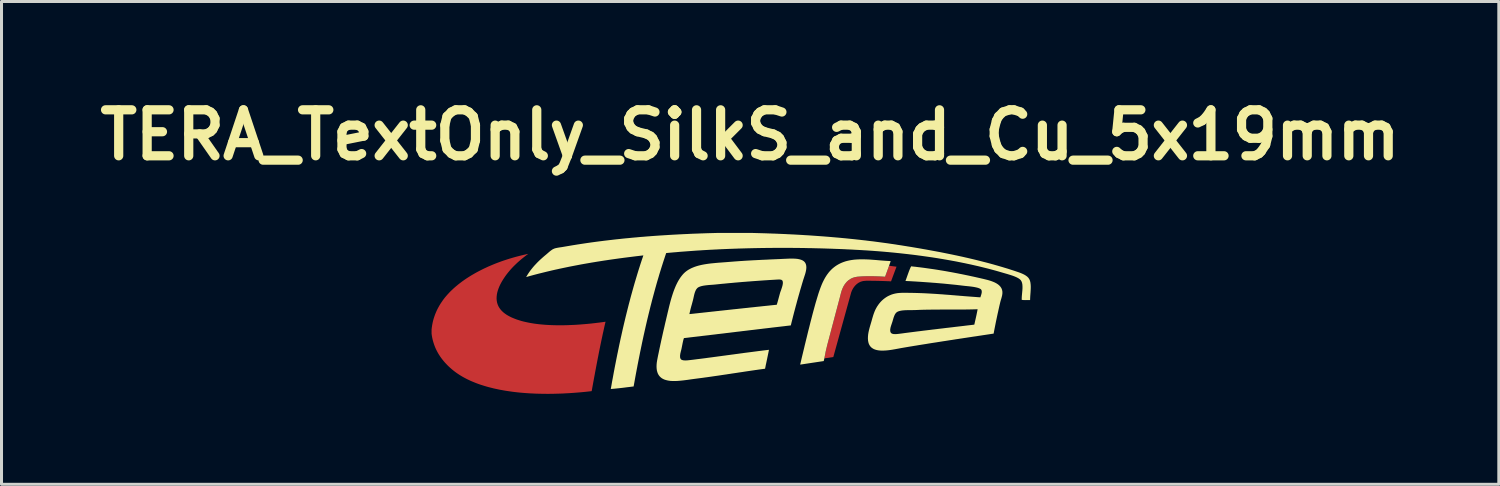
<source format=kicad_pcb>
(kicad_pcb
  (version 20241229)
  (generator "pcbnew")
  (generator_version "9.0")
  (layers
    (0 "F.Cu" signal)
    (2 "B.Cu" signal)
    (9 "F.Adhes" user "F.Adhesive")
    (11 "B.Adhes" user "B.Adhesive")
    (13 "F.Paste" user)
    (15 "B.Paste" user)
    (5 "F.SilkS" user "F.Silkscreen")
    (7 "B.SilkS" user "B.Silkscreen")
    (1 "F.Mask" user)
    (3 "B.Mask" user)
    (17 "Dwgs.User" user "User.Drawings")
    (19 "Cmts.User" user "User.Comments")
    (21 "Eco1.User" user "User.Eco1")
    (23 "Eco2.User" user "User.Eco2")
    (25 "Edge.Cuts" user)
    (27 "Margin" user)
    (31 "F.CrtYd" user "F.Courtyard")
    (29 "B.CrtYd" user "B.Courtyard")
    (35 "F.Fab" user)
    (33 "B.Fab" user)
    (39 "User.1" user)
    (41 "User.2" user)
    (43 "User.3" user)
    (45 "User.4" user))
  (footprint "TERA_TextOnly_SilkS_and_Cu_5x19mm"
    (layer "F.Cu")
    (at 21.822 7.298)
    (property "Reference" "TERA_TextOnly_SilkS_and_Cu_5x19mm" (at 0 -5.872 0) (layer "F.SilkS") (effects (font (size 1.524 1.524) (thickness 0.305))))
    (attr smd)
    (fp_poly (pts (xy 2.506 1.296) (xy 2.556 1.088) (xy 2.981 -0.518) (xy 2.986 -0.541) (xy 3.001 -0.598) (xy 3.022 -0.676) (xy 3.03 -0.7) (xy 3.041 -0.733) (xy 3.056 -0.772) (xy 3.076 -0.817) (xy 3.1 -0.865) (xy 3.131 -0.915) (xy 3.168 -0.964) (xy 3.211 -1.013) (xy 3.262 -1.058) (xy 3.321 -1.098) (xy 3.388 -1.132) (xy 3.463 -1.157) (xy 3.549 -1.173) (xy 3.634 -1.18) (xy 3.722 -1.186) (xy 3.812 -1.189) (xy 3.902 -1.191) (xy 3.991 -1.191) (xy 4.076 -1.19) (xy 4.157 -1.188) (xy 4.232 -1.186) (xy 4.299 -1.183) (xy 4.358 -1.18) (xy 4.406 -1.177) (xy 4.442 -1.175) (xy 4.465 -1.173) (xy 4.473 -1.172) (xy 4.606 -1.537) (xy 4.852 -1.505) (xy 4.671 -1.02) (xy 4.662 -1.02) (xy 4.635 -1.022) (xy 4.593 -1.024) (xy 4.537 -1.026) (xy 4.47 -1.029) (xy 4.393 -1.031) (xy 4.308 -1.034) (xy 4.217 -1.036) (xy 4.122 -1.038) (xy 4.025 -1.039) (xy 3.928 -1.04) (xy 3.832 -1.039) (xy 3.743 -1.03) (xy 3.665 -1.008) (xy 3.598 -0.975) (xy 3.539 -0.934) (xy 3.49 -0.888) (xy 3.448 -0.839) (xy 3.415 -0.791) (xy 3.389 -0.745) (xy 3.37 -0.704) (xy 3.357 -0.672) (xy 3.349 -0.651) (xy 3.347 -0.643) (xy 2.757 1.489) (xy 2.46 1.534) (xy 2.506 1.296) (xy 2.506 1.296)) (stroke (width 0) (type solid)) (fill yes) (layer "F.Cu"))
    (fp_poly (pts (xy -4.795 0.319) (xy -4.811 0.385) (xy -4.826 0.451) (xy -4.841 0.517) (xy -4.855 0.583) (xy -4.87 0.65) (xy -4.885 0.716) (xy -4.899 0.783) (xy -4.913 0.85) (xy -4.928 0.917) (xy -4.942 0.984) (xy -4.956 1.052) (xy -4.97 1.119) (xy -4.983 1.186) (xy -4.997 1.254) (xy -5.011 1.321) (xy -5.024 1.389) (xy -5.037 1.457) (xy -5.051 1.525) (xy -5.064 1.593) (xy -5.077 1.661) (xy -5.09 1.729) (xy -5.103 1.797) (xy -5.116 1.866) (xy -5.129 1.934) (xy -5.142 2.002) (xy -5.154 2.071) (xy -5.167 2.139) (xy -5.18 2.208) (xy -5.192 2.277) (xy -5.205 2.345) (xy -5.217 2.414) (xy -5.23 2.483) (xy -5.242 2.552) (xy -5.255 2.62) (xy -5.328 2.629) (xy -5.402 2.637) (xy -5.476 2.645) (xy -5.55 2.652) (xy -5.625 2.659) (xy -5.699 2.665) (xy -5.774 2.671) (xy -5.849 2.677) (xy -5.923 2.682) (xy -5.998 2.687) (xy -6.073 2.691) (xy -6.148 2.695) (xy -6.223 2.699) (xy -6.298 2.702) (xy -6.373 2.704) (xy -6.447 2.706) (xy -6.522 2.708) (xy -6.597 2.709) (xy -6.671 2.71) (xy -6.746 2.71) (xy -6.82 2.709) (xy -6.894 2.708) (xy -6.968 2.707) (xy -7.041 2.705) (xy -7.115 2.703) (xy -7.188 2.699) (xy -7.26 2.696) (xy -7.333 2.692) (xy -7.405 2.687) (xy -7.477 2.682) (xy -7.549 2.676) (xy -7.62 2.67) (xy -7.691 2.663) (xy -7.761 2.655) (xy -7.831 2.647) (xy -7.9 2.638) (xy -7.969 2.628) (xy -8.038 2.618) (xy -8.106 2.608) (xy -8.173 2.596) (xy -8.24 2.584) (xy -8.307 2.572) (xy -8.372 2.558) (xy -8.438 2.544) (xy -8.502 2.53) (xy -8.566 2.514) (xy -8.629 2.498) (xy -8.692 2.482) (xy -8.754 2.464) (xy -8.815 2.446) (xy -8.875 2.427) (xy -8.935 2.408) (xy -8.994 2.388) (xy -9.052 2.367) (xy -9.109 2.345) (xy -9.165 2.322) (xy -9.221 2.299) (xy -9.276 2.275) (xy -9.329 2.25) (xy -9.382 2.225) (xy -9.434 2.198) (xy -9.485 2.171) (xy -9.535 2.143) (xy -9.584 2.114) (xy -9.632 2.085) (xy -9.679 2.054) (xy -9.725 2.023) (xy -9.769 1.991) (xy -9.813 1.958) (xy -9.856 1.924) (xy -9.897 1.89) (xy -9.944 1.849) (xy -9.99 1.807) (xy -10.035 1.763) (xy -10.078 1.718) (xy -10.121 1.672) (xy -10.162 1.624) (xy -10.202 1.575) (xy -10.241 1.524) (xy -10.278 1.472) (xy -10.313 1.418) (xy -10.347 1.363) (xy -10.378 1.306) (xy -10.408 1.247) (xy -10.436 1.187) (xy -10.461 1.125) (xy -10.484 1.061) (xy -10.505 0.995) (xy -10.524 0.928) (xy -10.54 0.858) (xy -10.553 0.787) (xy -10.563 0.713) (xy -10.563 0.577) (xy -10.554 0.502) (xy -10.543 0.429) (xy -10.529 0.357) (xy -10.513 0.287) (xy -10.494 0.218) (xy -10.472 0.151) (xy -10.449 0.085) (xy -10.423 0.021) (xy -10.396 -0.042) (xy -10.366 -0.104) (xy -10.334 -0.164) (xy -10.301 -0.222) (xy -10.266 -0.279) (xy -10.229 -0.335) (xy -10.191 -0.39) (xy -10.152 -0.443) (xy -10.111 -0.495) (xy -10.068 -0.545) (xy -10.025 -0.594) (xy -9.98 -0.642) (xy -9.935 -0.689) (xy -9.888 -0.734) (xy -9.841 -0.778) (xy -9.793 -0.821) (xy -9.744 -0.863) (xy -9.695 -0.904) (xy -9.645 -0.943) (xy -9.595 -0.981) (xy -9.545 -1.019) (xy -9.494 -1.055) (xy -9.444 -1.09) (xy -9.393 -1.124) (xy -9.338 -1.159) (xy -9.283 -1.194) (xy -9.227 -1.228) (xy -9.17 -1.261) (xy -9.113 -1.294) (xy -9.055 -1.326) (xy -8.996 -1.357) (xy -8.936 -1.388) (xy -8.876 -1.418) (xy -8.816 -1.448) (xy -8.754 -1.476) (xy -8.693 -1.505) (xy -8.63 -1.532) (xy -8.567 -1.559) (xy -8.504 -1.585) (xy -8.44 -1.611) (xy -8.375 -1.636) (xy -8.31 -1.66) (xy -8.245 -1.684) (xy -8.179 -1.707) (xy -8.112 -1.729) (xy -8.045 -1.751) (xy -7.978 -1.772) (xy -7.91 -1.792) (xy -7.842 -1.812) (xy -7.774 -1.831) (xy -7.705 -1.849) (xy -7.636 -1.867) (xy -7.566 -1.884) (xy -7.497 -1.901) (xy -7.427 -1.916) (xy -7.356 -1.932) (xy -7.409 -1.893) (xy -7.462 -1.853) (xy -7.514 -1.812) (xy -7.566 -1.77) (xy -7.617 -1.728) (xy -7.667 -1.684) (xy -7.717 -1.64) (xy -7.765 -1.594) (xy -7.813 -1.548) (xy -7.86 -1.501) (xy -7.906 -1.452) (xy -7.951 -1.402) (xy -7.994 -1.351) (xy -8.037 -1.299) (xy -8.078 -1.246) (xy -8.118 -1.192) (xy -8.156 -1.136) (xy -8.193 -1.079) (xy -8.229 -1.02) (xy -8.259 -0.967) (xy -8.288 -0.911) (xy -8.316 -0.851) (xy -8.341 -0.789) (xy -8.364 -0.724) (xy -8.383 -0.658) (xy -8.397 -0.59) (xy -8.405 -0.521) (xy -8.408 -0.452) (xy -8.403 -0.384) (xy -8.391 -0.315) (xy -8.371 -0.251) (xy -8.345 -0.191) (xy -8.312 -0.136) (xy -8.274 -0.084) (xy -8.232 -0.037) (xy -8.185 0.007) (xy -8.134 0.047) (xy -8.08 0.085) (xy -8.023 0.119) (xy -7.964 0.15) (xy -7.914 0.175) (xy -7.862 0.197) (xy -7.808 0.219) (xy -7.754 0.24) (xy -7.697 0.259) (xy -7.639 0.277) (xy -7.58 0.295) (xy -7.52 0.311) (xy -7.459 0.325) (xy -7.396 0.339) (xy -7.332 0.352) (xy -7.267 0.364) (xy -7.201 0.375) (xy -7.135 0.385) (xy -7.067 0.394) (xy -6.999 0.402) (xy -6.929 0.409) (xy -6.86 0.415) (xy -6.789 0.421) (xy -6.718 0.425) (xy -6.646 0.429) (xy -6.574 0.432) (xy -6.502 0.434) (xy -6.429 0.436) (xy -6.356 0.436) (xy -6.283 0.437) (xy -6.209 0.436) (xy -6.136 0.435) (xy -6.062 0.433) (xy -5.989 0.43) (xy -5.915 0.427) (xy -5.842 0.424) (xy -5.768 0.42) (xy -5.695 0.415) (xy -5.623 0.41) (xy -5.55 0.404) (xy -5.479 0.398) (xy -5.407 0.392) (xy -5.336 0.385) (xy -5.266 0.378) (xy -5.196 0.37) (xy -5.127 0.362) (xy -5.059 0.354) (xy -4.992 0.346) (xy -4.925 0.337) (xy -4.86 0.328) (xy -4.795 0.319)) (stroke (width 0) (type solid)) (fill yes) (layer "F.Cu"))
    (fp_poly (pts (xy 2.44 1.623) (xy 1.658 1.741) (xy 1.659 1.737) (xy 1.662 1.725) (xy 1.666 1.705) (xy 1.673 1.678) (xy 1.681 1.644) (xy 1.69 1.603) (xy 1.701 1.557) (xy 1.713 1.505) (xy 1.727 1.447) (xy 1.742 1.385) (xy 1.758 1.318) (xy 1.775 1.248) (xy 1.793 1.174) (xy 1.811 1.096) (xy 1.831 1.016) (xy 1.851 0.933) (xy 1.872 0.849) (xy 1.893 0.762) (xy 1.914 0.675) (xy 1.936 0.587) (xy 1.959 0.498) (xy 1.981 0.41) (xy 2.003 0.321) (xy 2.026 0.234) (xy 2.048 0.148) (xy 2.07 0.063) (xy 2.092 -0.019) (xy 2.114 -0.099) (xy 2.135 -0.176) (xy 2.155 -0.25) (xy 2.175 -0.32) (xy 2.195 -0.386) (xy 2.216 -0.457) (xy 2.237 -0.526) (xy 2.258 -0.595) (xy 2.28 -0.663) (xy 2.303 -0.729) (xy 2.326 -0.794) (xy 2.351 -0.858) (xy 2.376 -0.921) (xy 2.403 -0.982) (xy 2.432 -1.041) (xy 2.462 -1.099) (xy 2.494 -1.155) (xy 2.528 -1.209) (xy 2.564 -1.261) (xy 2.602 -1.311) (xy 2.642 -1.358) (xy 2.684 -1.402) (xy 2.728 -1.444) (xy 2.775 -1.483) (xy 2.824 -1.52) (xy 2.875 -1.554) (xy 2.928 -1.585) (xy 2.984 -1.614) (xy 3.042 -1.64) (xy 3.102 -1.663) (xy 3.165 -1.684) (xy 3.231 -1.701) (xy 3.299 -1.716) (xy 3.37 -1.728) (xy 3.444 -1.738) (xy 3.52 -1.744) (xy 3.59 -1.748) (xy 3.66 -1.75) (xy 3.728 -1.75) (xy 3.797 -1.749) (xy 3.864 -1.747) (xy 3.931 -1.744) (xy 3.998 -1.74) (xy 4.064 -1.735) (xy 4.13 -1.73) (xy 4.196 -1.725) (xy 4.262 -1.719) (xy 4.328 -1.713) (xy 4.393 -1.708) (xy 4.459 -1.703) (xy 4.525 -1.699) (xy 4.592 -1.695) (xy 4.658 -1.692) (xy 4.642 -1.64) (xy 4.623 -1.59) (xy 4.606 -1.537) (xy 4.473 -1.172) (xy 4.465 -1.173) (xy 4.442 -1.175) (xy 4.406 -1.177) (xy 4.358 -1.18) (xy 4.299 -1.183) (xy 4.232 -1.186) (xy 4.157 -1.188) (xy 4.076 -1.19) (xy 3.991 -1.191) (xy 3.902 -1.191) (xy 3.812 -1.189) (xy 3.722 -1.186) (xy 3.634 -1.18) (xy 3.549 -1.173) (xy 3.463 -1.157) (xy 3.388 -1.132) (xy 3.321 -1.098) (xy 3.262 -1.058) (xy 3.211 -1.013) (xy 3.168 -0.964) (xy 3.131 -0.915) (xy 3.1 -0.865) (xy 3.076 -0.817) (xy 3.056 -0.772) (xy 3.041 -0.733) (xy 3.03 -0.7) (xy 3.022 -0.676) (xy 3.001 -0.598) (xy 2.986 -0.541) (xy 2.981 -0.518) (xy 2.556 1.088) (xy 2.506 1.296) (xy 2.46 1.534) (xy 2.447 1.589) (xy 2.44 1.623) (xy 2.44 1.623)) (stroke (width 0) (type solid)) (fill yes) (layer "F.SilkS"))
    (fp_poly (pts (xy 8.363 -0.677) (xy 7.432 0.415) (xy 7.446 0.352) (xy 7.46 0.289) (xy 7.475 0.225) (xy 7.489 0.162) (xy 7.503 0.098) (xy 7.516 0.034) (xy 7.529 -0.03) (xy 7.542 -0.095) (xy 7.476 -0.093) (xy 7.409 -0.091) (xy 7.341 -0.09) (xy 7.273 -0.088) (xy 7.204 -0.087) (xy 7.135 -0.086) (xy 7.065 -0.086) (xy 6.995 -0.085) (xy 6.925 -0.085) (xy 6.854 -0.085) (xy 6.783 -0.085) (xy 6.711 -0.085) (xy 6.64 -0.085) (xy 6.568 -0.085) (xy 6.496 -0.085) (xy 6.424 -0.085) (xy 6.352 -0.085) (xy 6.279 -0.084) (xy 6.207 -0.084) (xy 6.135 -0.084) (xy 6.064 -0.083) (xy 5.992 -0.082) (xy 5.92 -0.081) (xy 5.849 -0.08) (xy 5.778 -0.079) (xy 5.708 -0.077) (xy 5.638 -0.075) (xy 5.568 -0.072) (xy 5.499 -0.069) (xy 5.429 -0.067) (xy 5.358 -0.066) (xy 5.288 -0.066) (xy 5.218 -0.065) (xy 5.151 -0.063) (xy 5.086 -0.059) (xy 5.025 -0.052) (xy 4.968 -0.041) (xy 4.917 -0.026) (xy 4.872 -0.005) (xy 4.834 0.027) (xy 4.802 0.072) (xy 4.776 0.128) (xy 4.754 0.189) (xy 4.735 0.254) (xy 4.716 0.319) (xy 4.698 0.373) (xy 4.676 0.437) (xy 4.655 0.506) (xy 4.643 0.573) (xy 4.644 0.635) (xy 4.665 0.687) (xy 4.699 0.713) (xy 4.749 0.727) (xy 4.808 0.73) (xy 4.872 0.727) (xy 4.933 0.72) (xy 4.988 0.713) (xy 5.059 0.704) (xy 5.129 0.694) (xy 5.2 0.685) (xy 5.27 0.676) (xy 5.34 0.667) (xy 5.411 0.658) (xy 5.481 0.649) (xy 5.551 0.64) (xy 5.621 0.632) (xy 5.691 0.623) (xy 5.761 0.614) (xy 5.831 0.606) (xy 5.901 0.597) (xy 5.971 0.589) (xy 6.041 0.58) (xy 6.111 0.572) (xy 6.18 0.564) (xy 6.25 0.555) (xy 6.32 0.547) (xy 6.389 0.539) (xy 6.459 0.53) (xy 6.529 0.522) (xy 6.598 0.514) (xy 6.668 0.506) (xy 6.737 0.498) (xy 6.807 0.489) (xy 6.876 0.481) (xy 6.946 0.473) (xy 7.015 0.465) (xy 7.085 0.457) (xy 7.154 0.448) (xy 7.224 0.44) (xy 7.293 0.432) (xy 7.363 0.424) (xy 7.432 0.415) (xy 7.432 0.415) (xy 8.363 -0.677) (xy 8.363 -0.619) (xy 8.355 -0.56) (xy 8.341 -0.501) (xy 8.325 -0.443) (xy 8.307 -0.385) (xy 8.292 -0.328) (xy 8.277 -0.265) (xy 8.262 -0.201) (xy 8.248 -0.137) (xy 8.233 -0.072) (xy 8.219 -0.006) (xy 8.204 0.059) (xy 8.19 0.125) (xy 8.176 0.191) (xy 8.162 0.257) (xy 8.148 0.323) (xy 8.135 0.389) (xy 8.122 0.455) (xy 8.109 0.52) (xy 8.096 0.585) (xy 8.084 0.649) (xy 8.072 0.713) (xy 8.002 0.723) (xy 7.932 0.734) (xy 7.863 0.744) (xy 7.793 0.755) (xy 7.723 0.765) (xy 7.654 0.776) (xy 7.584 0.786) (xy 7.515 0.797) (xy 7.446 0.807) (xy 7.376 0.817) (xy 7.307 0.828) (xy 7.238 0.838) (xy 7.169 0.849) (xy 7.1 0.859) (xy 7.031 0.87) (xy 6.961 0.88) (xy 6.892 0.891) (xy 6.823 0.901) (xy 6.754 0.912) (xy 6.685 0.923) (xy 6.616 0.933) (xy 6.547 0.944) (xy 6.478 0.955) (xy 6.409 0.965) (xy 6.34 0.976) (xy 6.271 0.987) (xy 6.201 0.998) (xy 6.132 1.009) (xy 6.063 1.019) (xy 5.993 1.03) (xy 5.924 1.041) (xy 5.855 1.053) (xy 5.785 1.064) (xy 5.715 1.075) (xy 5.646 1.086) (xy 5.576 1.097) (xy 5.506 1.109) (xy 5.436 1.12) (xy 5.366 1.132) (xy 5.296 1.143) (xy 5.226 1.155) (xy 5.155 1.167) (xy 5.085 1.179) (xy 5.032 1.188) (xy 4.977 1.198) (xy 4.919 1.209) (xy 4.859 1.22) (xy 4.798 1.231) (xy 4.736 1.242) (xy 4.673 1.252) (xy 4.61 1.261) (xy 4.548 1.268) (xy 4.485 1.273) (xy 4.424 1.276) (xy 4.364 1.277) (xy 4.306 1.274) (xy 4.251 1.268) (xy 4.198 1.258) (xy 4.148 1.244) (xy 4.101 1.226) (xy 4.059 1.202) (xy 4.02 1.174) (xy 3.987 1.14) (xy 3.958 1.099) (xy 3.935 1.053) (xy 3.919 1) (xy 3.908 0.939) (xy 3.904 0.873) (xy 3.906 0.806) (xy 3.912 0.739) (xy 3.923 0.673) (xy 3.937 0.608) (xy 3.953 0.544) (xy 3.97 0.482) (xy 3.988 0.421) (xy 4.005 0.364) (xy 4.025 0.296) (xy 4.043 0.229) (xy 4.062 0.165) (xy 4.081 0.102) (xy 4.102 0.041) (xy 4.125 -0.019) (xy 4.15 -0.077) (xy 4.18 -0.134) (xy 4.212 -0.189) (xy 4.247 -0.241) (xy 4.285 -0.291) (xy 4.325 -0.338) (xy 4.368 -0.382) (xy 4.414 -0.423) (xy 4.462 -0.461) (xy 4.513 -0.496) (xy 4.567 -0.528) (xy 4.624 -0.555) (xy 4.683 -0.58) (xy 4.745 -0.6) (xy 4.81 -0.616) (xy 4.877 -0.628) (xy 4.947 -0.635) (xy 5.02 -0.639) (xy 5.094 -0.639) (xy 5.168 -0.639) (xy 5.242 -0.639) (xy 5.315 -0.638) (xy 5.387 -0.637) (xy 5.46 -0.635) (xy 5.531 -0.634) (xy 5.603 -0.631) (xy 5.674 -0.629) (xy 5.744 -0.626) (xy 5.815 -0.623) (xy 5.884 -0.619) (xy 5.954 -0.615) (xy 6.023 -0.611) (xy 6.092 -0.607) (xy 6.161 -0.603) (xy 6.23 -0.598) (xy 6.298 -0.593) (xy 6.366 -0.589) (xy 6.434 -0.583) (xy 6.501 -0.578) (xy 6.569 -0.573) (xy 6.636 -0.568) (xy 6.703 -0.562) (xy 6.77 -0.557) (xy 6.837 -0.551) (xy 6.903 -0.546) (xy 6.97 -0.54) (xy 7.036 -0.535) (xy 7.103 -0.529) (xy 7.169 -0.524) (xy 7.235 -0.519) (xy 7.301 -0.514) (xy 7.368 -0.509) (xy 7.434 -0.504) (xy 7.5 -0.499) (xy 7.566 -0.494) (xy 7.633 -0.49) (xy 7.65 -0.544) (xy 7.669 -0.605) (xy 7.68 -0.668) (xy 7.671 -0.729) (xy 7.65 -0.758) (xy 7.61 -0.782) (xy 7.557 -0.803) (xy 7.494 -0.819) (xy 7.424 -0.833) (xy 7.351 -0.844) (xy 7.279 -0.853) (xy 7.211 -0.86) (xy 7.151 -0.866) (xy 7.102 -0.871) (xy 7.035 -0.879) (xy 6.967 -0.887) (xy 6.898 -0.895) (xy 6.829 -0.903) (xy 6.76 -0.91) (xy 6.691 -0.917) (xy 6.621 -0.924) (xy 6.551 -0.931) (xy 6.481 -0.938) (xy 6.411 -0.945) (xy 6.34 -0.951) (xy 6.27 -0.957) (xy 6.199 -0.963) (xy 6.128 -0.969) (xy 6.057 -0.974) (xy 5.987 -0.98) (xy 5.916 -0.985) (xy 5.845 -0.99) (xy 5.775 -0.995) (xy 5.704 -1) (xy 5.634 -1.005) (xy 5.564 -1.009) (xy 5.494 -1.014) (xy 5.424 -1.018) (xy 5.355 -1.022) (xy 5.286 -1.026) (xy 5.218 -1.029) (xy 5.149 -1.033) (xy 5.172 -1.094) (xy 5.195 -1.158) (xy 5.218 -1.224) (xy 5.242 -1.29) (xy 5.265 -1.354) (xy 5.289 -1.414) (xy 5.313 -1.47) (xy 5.337 -1.518) (xy 5.407 -1.51) (xy 5.478 -1.503) (xy 5.548 -1.494) (xy 5.618 -1.486) (xy 5.689 -1.477) (xy 5.759 -1.468) (xy 5.829 -1.458) (xy 5.899 -1.448) (xy 5.97 -1.438) (xy 6.04 -1.428) (xy 6.11 -1.418) (xy 6.18 -1.407) (xy 6.25 -1.396) (xy 6.319 -1.384) (xy 6.389 -1.373) (xy 6.459 -1.361) (xy 6.528 -1.349) (xy 6.597 -1.336) (xy 6.667 -1.324) (xy 6.736 -1.311) (xy 6.804 -1.298) (xy 6.873 -1.285) (xy 6.941 -1.271) (xy 7.01 -1.258) (xy 7.078 -1.244) (xy 7.145 -1.23) (xy 7.213 -1.216) (xy 7.28 -1.202) (xy 7.347 -1.187) (xy 7.414 -1.173) (xy 7.48 -1.158) (xy 7.546 -1.143) (xy 7.612 -1.128) (xy 7.677 -1.113) (xy 7.743 -1.098) (xy 7.802 -1.083) (xy 7.864 -1.068) (xy 7.927 -1.05) (xy 7.99 -1.03) (xy 8.051 -1.007) (xy 8.11 -0.982) (xy 8.166 -0.952) (xy 8.217 -0.919) (xy 8.262 -0.881) (xy 8.3 -0.839) (xy 8.331 -0.791) (xy 8.352 -0.737) (xy 8.363 -0.677)) (stroke (width 0) (type solid)) (fill yes) (layer "F.SilkS"))
    (fp_poly (pts (xy 1.845 -1.595) (xy 0.992 -0.639) (xy 1.006 -0.68) (xy 1.027 -0.737) (xy 1.049 -0.803) (xy 1.07 -0.873) (xy 1.083 -0.94) (xy 1.084 -1) (xy 1.069 -1.046) (xy 1.027 -1.075) (xy 0.961 -1.082) (xy 0.882 -1.078) (xy 0.815 -1.074) (xy 0.748 -1.07) (xy 0.68 -1.066) (xy 0.612 -1.062) (xy 0.543 -1.057) (xy 0.474 -1.053) (xy 0.405 -1.048) (xy 0.335 -1.043) (xy 0.265 -1.038) (xy 0.195 -1.033) (xy 0.125 -1.028) (xy 0.055 -1.023) (xy -0.016 -1.017) (xy -0.086 -1.012) (xy -0.157 -1.006) (xy -0.228 -1.001) (xy -0.299 -0.995) (xy -0.369 -0.989) (xy -0.44 -0.983) (xy -0.51 -0.977) (xy -0.581 -0.97) (xy -0.651 -0.964) (xy -0.721 -0.958) (xy -0.791 -0.951) (xy -0.86 -0.944) (xy -0.93 -0.938) (xy -0.999 -0.931) (xy -1.067 -0.924) (xy -1.136 -0.917) (xy -1.196 -0.911) (xy -1.262 -0.906) (xy -1.332 -0.901) (xy -1.403 -0.895) (xy -1.474 -0.887) (xy -1.543 -0.877) (xy -1.606 -0.864) (xy -1.663 -0.847) (xy -1.712 -0.826) (xy -1.75 -0.8) (xy -1.786 -0.757) (xy -1.815 -0.702) (xy -1.838 -0.64) (xy -1.856 -0.575) (xy -1.871 -0.508) (xy -1.885 -0.444) (xy -1.899 -0.386) (xy -1.917 -0.32) (xy -1.934 -0.256) (xy -1.952 -0.194) (xy -1.969 -0.131) (xy -1.985 -0.067) (xy -2 -0.002) (xy -2.015 0.066) (xy -1.946 0.059) (xy -1.877 0.052) (xy -1.808 0.044) (xy -1.739 0.037) (xy -1.671 0.029) (xy -1.602 0.022) (xy -1.533 0.014) (xy -1.464 0.007) (xy -1.395 -0.001) (xy -1.326 -0.008) (xy -1.257 -0.016) (xy -1.188 -0.023) (xy -1.12 -0.031) (xy -1.051 -0.038) (xy -0.982 -0.046) (xy -0.913 -0.053) (xy -0.844 -0.061) (xy -0.775 -0.068) (xy -0.706 -0.076) (xy -0.637 -0.083) (xy -0.568 -0.091) (xy -0.499 -0.098) (xy -0.43 -0.105) (xy -0.361 -0.113) (xy -0.292 -0.12) (xy -0.223 -0.128) (xy -0.154 -0.135) (xy -0.085 -0.142) (xy -0.016 -0.15) (xy 0.053 -0.157) (xy 0.122 -0.164) (xy 0.191 -0.172) (xy 0.26 -0.179) (xy 0.329 -0.186) (xy 0.398 -0.194) (xy 0.467 -0.201) (xy 0.536 -0.208) (xy 0.605 -0.215) (xy 0.674 -0.223) (xy 0.744 -0.23) (xy 0.813 -0.237) (xy 0.882 -0.244) (xy 0.902 -0.31) (xy 0.92 -0.373) (xy 0.937 -0.436) (xy 0.954 -0.499) (xy 0.972 -0.566) (xy 0.992 -0.639) (xy 1.845 -1.595) (xy 1.86 -1.534) (xy 1.863 -1.469) (xy 1.856 -1.401) (xy 1.842 -1.332) (xy 1.824 -1.264) (xy 1.802 -1.197) (xy 1.781 -1.132) (xy 1.761 -1.072) (xy 1.742 -1.009) (xy 1.723 -0.946) (xy 1.704 -0.881) (xy 1.685 -0.815) (xy 1.665 -0.749) (xy 1.646 -0.682) (xy 1.627 -0.614) (xy 1.607 -0.546) (xy 1.588 -0.477) (xy 1.569 -0.409) (xy 1.55 -0.34) (xy 1.532 -0.271) (xy 1.513 -0.203) (xy 1.495 -0.135) (xy 1.477 -0.067) (xy 1.459 -0.000072) (xy 1.442 0.066) (xy 1.425 0.132) (xy 1.409 0.196) (xy 1.393 0.259) (xy 1.377 0.321) (xy 1.362 0.382) (xy 1.348 0.441) (xy 1.278 0.449) (xy 1.208 0.457) (xy 1.138 0.466) (xy 1.069 0.474) (xy 0.999 0.482) (xy 0.93 0.49) (xy 0.86 0.498) (xy 0.791 0.506) (xy 0.721 0.514) (xy 0.652 0.523) (xy 0.582 0.531) (xy 0.513 0.539) (xy 0.443 0.547) (xy 0.374 0.556) (xy 0.304 0.564) (xy 0.235 0.572) (xy 0.165 0.581) (xy 0.096 0.589) (xy 0.026 0.597) (xy -0.043 0.605) (xy -0.112 0.614) (xy -0.182 0.622) (xy -0.251 0.63) (xy -0.32 0.639) (xy -0.39 0.647) (xy -0.459 0.655) (xy -0.529 0.664) (xy -0.598 0.672) (xy -0.667 0.681) (xy -0.737 0.689) (xy -0.806 0.697) (xy -0.876 0.706) (xy -0.945 0.714) (xy -1.014 0.722) (xy -1.084 0.73) (xy -1.153 0.739) (xy -1.223 0.747) (xy -1.292 0.755) (xy -1.361 0.764) (xy -1.431 0.772) (xy -1.5 0.78) (xy -1.57 0.788) (xy -1.639 0.797) (xy -1.709 0.805) (xy -1.778 0.813) (xy -1.848 0.821) (xy -1.918 0.829) (xy -1.987 0.837) (xy -2.057 0.846) (xy -2.126 0.854) (xy -2.196 0.862) (xy -2.216 0.924) (xy -2.231 0.989) (xy -2.245 1.057) (xy -2.259 1.128) (xy -2.274 1.204) (xy -2.286 1.256) (xy -2.302 1.317) (xy -2.317 1.382) (xy -2.325 1.446) (xy -2.323 1.504) (xy -2.306 1.553) (xy -2.272 1.583) (xy -2.219 1.598) (xy -2.154 1.603) (xy -2.085 1.6) (xy -2.017 1.593) (xy -1.957 1.586) (xy -1.888 1.578) (xy -1.819 1.569) (xy -1.75 1.56) (xy -1.68 1.552) (xy -1.61 1.543) (xy -1.54 1.534) (xy -1.47 1.525) (xy -1.4 1.515) (xy -1.33 1.506) (xy -1.259 1.497) (xy -1.188 1.487) (xy -1.118 1.478) (xy -1.047 1.468) (xy -0.976 1.459) (xy -0.905 1.449) (xy -0.835 1.44) (xy -0.764 1.43) (xy -0.693 1.421) (xy -0.622 1.411) (xy -0.551 1.402) (xy -0.481 1.392) (xy -0.41 1.383) (xy -0.34 1.373) (xy -0.27 1.364) (xy -0.2 1.354) (xy -0.13 1.345) (xy -0.06 1.336) (xy 0.01 1.327) (xy 0.079 1.318) (xy 0.148 1.309) (xy 0.217 1.3) (xy 0.285 1.291) (xy 0.354 1.283) (xy 0.421 1.274) (xy 0.489 1.266) (xy 0.556 1.258) (xy 0.623 1.25) (xy 0.611 1.313) (xy 0.598 1.376) (xy 0.585 1.439) (xy 0.572 1.501) (xy 0.559 1.564) (xy 0.546 1.626) (xy 0.533 1.689) (xy 0.519 1.751) (xy 0.507 1.814) (xy 0.494 1.877) (xy 0.428 1.886) (xy 0.361 1.895) (xy 0.295 1.904) (xy 0.228 1.914) (xy 0.161 1.923) (xy 0.094 1.933) (xy 0.026 1.943) (xy -0.042 1.953) (xy -0.11 1.963) (xy -0.178 1.973) (xy -0.246 1.984) (xy -0.315 1.994) (xy -0.384 2.004) (xy -0.453 2.015) (xy -0.521 2.025) (xy -0.591 2.035) (xy -0.66 2.046) (xy -0.729 2.056) (xy -0.798 2.067) (xy -0.868 2.077) (xy -0.937 2.087) (xy -1.007 2.098) (xy -1.076 2.108) (xy -1.146 2.118) (xy -1.216 2.128) (xy -1.285 2.138) (xy -1.355 2.148) (xy -1.424 2.158) (xy -1.494 2.167) (xy -1.563 2.177) (xy -1.633 2.186) (xy -1.702 2.195) (xy -1.771 2.204) (xy -1.84 2.213) (xy -1.899 2.221) (xy -1.959 2.229) (xy -2.02 2.238) (xy -2.082 2.247) (xy -2.145 2.255) (xy -2.209 2.263) (xy -2.272 2.27) (xy -2.336 2.276) (xy -2.398 2.281) (xy -2.46 2.284) (xy -2.521 2.285) (xy -2.581 2.284) (xy -2.639 2.281) (xy -2.695 2.274) (xy -2.748 2.264) (xy -2.799 2.251) (xy -2.847 2.235) (xy -2.892 2.214) (xy -2.934 2.189) (xy -2.971 2.159) (xy -3.005 2.125) (xy -3.034 2.086) (xy -3.059 2.041) (xy -3.078 1.99) (xy -3.093 1.933) (xy -3.101 1.87) (xy -3.104 1.804) (xy -3.102 1.738) (xy -3.096 1.673) (xy -3.086 1.609) (xy -3.074 1.546) (xy -3.062 1.484) (xy -3.05 1.424) (xy -3.035 1.355) (xy -3.021 1.286) (xy -3.007 1.218) (xy -2.992 1.15) (xy -2.978 1.082) (xy -2.963 1.015) (xy -2.949 0.948) (xy -2.934 0.881) (xy -2.919 0.814) (xy -2.904 0.747) (xy -2.889 0.68) (xy -2.874 0.613) (xy -2.858 0.545) (xy -2.842 0.478) (xy -2.827 0.41) (xy -2.811 0.341) (xy -2.794 0.272) (xy -2.778 0.202) (xy -2.762 0.134) (xy -2.746 0.066) (xy -2.73 -0.003) (xy -2.713 -0.072) (xy -2.697 -0.141) (xy -2.68 -0.211) (xy -2.662 -0.28) (xy -2.644 -0.349) (xy -2.625 -0.418) (xy -2.605 -0.486) (xy -2.584 -0.553) (xy -2.563 -0.619) (xy -2.54 -0.685) (xy -2.516 -0.749) (xy -2.491 -0.811) (xy -2.465 -0.873) (xy -2.437 -0.932) (xy -2.408 -0.99) (xy -2.377 -1.046) (xy -2.344 -1.099) (xy -2.31 -1.151) (xy -2.273 -1.2) (xy -2.235 -1.246) (xy -2.195 -1.289) (xy -2.152 -1.328) (xy -2.106 -1.364) (xy -2.058 -1.397) (xy -2.007 -1.426) (xy -1.953 -1.454) (xy -1.898 -1.478) (xy -1.84 -1.501) (xy -1.78 -1.521) (xy -1.719 -1.539) (xy -1.656 -1.555) (xy -1.591 -1.569) (xy -1.524 -1.582) (xy -1.457 -1.593) (xy -1.388 -1.603) (xy -1.318 -1.612) (xy -1.247 -1.619) (xy -1.176 -1.626) (xy -1.103 -1.633) (xy -1.031 -1.639) (xy -0.957 -1.644) (xy -0.884 -1.65) (xy -0.81 -1.655) (xy -0.737 -1.661) (xy -0.664 -1.667) (xy -0.594 -1.672) (xy -0.524 -1.678) (xy -0.455 -1.683) (xy -0.386 -1.688) (xy -0.317 -1.693) (xy -0.248 -1.697) (xy -0.179 -1.702) (xy -0.11 -1.706) (xy -0.041 -1.71) (xy 0.028 -1.714) (xy 0.097 -1.718) (xy 0.166 -1.721) (xy 0.235 -1.725) (xy 0.304 -1.728) (xy 0.373 -1.732) (xy 0.442 -1.735) (xy 0.511 -1.738) (xy 0.581 -1.741) (xy 0.651 -1.745) (xy 0.721 -1.748) (xy 0.791 -1.751) (xy 0.861 -1.754) (xy 0.932 -1.757) (xy 1.003 -1.76) (xy 1.074 -1.764) (xy 1.146 -1.767) (xy 1.218 -1.77) (xy 1.285 -1.773) (xy 1.355 -1.775) (xy 1.425 -1.774) (xy 1.495 -1.771) (xy 1.563 -1.765) (xy 1.627 -1.753) (xy 1.687 -1.736) (xy 1.74 -1.713) (xy 1.785 -1.682) (xy 1.82 -1.643) (xy 1.845 -1.595)) (stroke (width 0) (type solid)) (fill yes) (layer "F.SilkS"))
    (fp_poly (pts (xy 9.256 -1.091) (xy 9.277 -1.041) (xy 9.291 -0.986) (xy 9.299 -0.925) (xy 9.303 -0.861) (xy 9.303 -0.794) (xy 9.3 -0.725) (xy 9.296 -0.656) (xy 9.291 -0.588) (xy 9.286 -0.522) (xy 9.283 -0.458) (xy 9.281 -0.399) (xy 9.211 -0.4) (xy 9.138 -0.398) (xy 9.068 -0.399) (xy 9.004 -0.406) (xy 9.004 -0.464) (xy 9.007 -0.527) (xy 9.013 -0.592) (xy 9.019 -0.658) (xy 9.025 -0.725) (xy 9.029 -0.79) (xy 9.029 -0.853) (xy 9.025 -0.913) (xy 9.015 -0.968) (xy 8.997 -1.017) (xy 8.971 -1.059) (xy 8.938 -1.091) (xy 8.895 -1.121) (xy 8.843 -1.149) (xy 8.785 -1.175) (xy 8.722 -1.2) (xy 8.656 -1.222) (xy 8.589 -1.243) (xy 8.524 -1.263) (xy 8.461 -1.281) (xy 8.402 -1.298) (xy 8.341 -1.316) (xy 8.279 -1.334) (xy 8.217 -1.352) (xy 8.154 -1.37) (xy 8.092 -1.387) (xy 8.029 -1.404) (xy 7.965 -1.421) (xy 7.902 -1.438) (xy 7.838 -1.454) (xy 7.774 -1.47) (xy 7.709 -1.486) (xy 7.645 -1.502) (xy 7.58 -1.518) (xy 7.514 -1.533) (xy 7.449 -1.548) (xy 7.383 -1.563) (xy 7.317 -1.578) (xy 7.251 -1.592) (xy 7.184 -1.606) (xy 7.117 -1.621) (xy 7.05 -1.634) (xy 6.983 -1.648) (xy 6.916 -1.661) (xy 6.848 -1.675) (xy 6.78 -1.688) (xy 6.712 -1.7) (xy 6.644 -1.713) (xy 6.575 -1.725) (xy 6.506 -1.737) (xy 6.437 -1.749) (xy 6.368 -1.761) (xy 6.299 -1.772) (xy 6.229 -1.784) (xy 6.16 -1.795) (xy 6.09 -1.806) (xy 6.019 -1.817) (xy 5.949 -1.827) (xy 5.879 -1.837) (xy 5.808 -1.847) (xy 5.737 -1.857) (xy 5.666 -1.867) (xy 5.595 -1.876) (xy 5.524 -1.886) (xy 5.452 -1.895) (xy 5.381 -1.904) (xy 5.309 -1.912) (xy 5.237 -1.921) (xy 5.165 -1.929) (xy 5.093 -1.937) (xy 5.021 -1.945) (xy 4.949 -1.953) (xy 4.876 -1.96) (xy 4.804 -1.968) (xy 4.731 -1.975) (xy 4.658 -1.982) (xy 4.585 -1.989) (xy 4.512 -1.995) (xy 4.439 -2.002) (xy 4.366 -2.008) (xy 4.292 -2.014) (xy 4.219 -2.02) (xy 4.146 -2.025) (xy 4.072 -2.031) (xy 3.998 -2.036) (xy 3.925 -2.041) (xy 3.851 -2.046) (xy 3.777 -2.05) (xy 3.703 -2.055) (xy 3.629 -2.059) (xy 3.555 -2.063) (xy 3.481 -2.067) (xy 3.411 -2.071) (xy 3.34 -2.075) (xy 3.269 -2.078) (xy 3.198 -2.081) (xy 3.127 -2.085) (xy 3.056 -2.088) (xy 2.984 -2.091) (xy 2.913 -2.094) (xy 2.841 -2.096) (xy 2.77 -2.099) (xy 2.698 -2.102) (xy 2.627 -2.104) (xy 2.555 -2.106) (xy 2.483 -2.109) (xy 2.411 -2.111) (xy 2.339 -2.113) (xy 2.267 -2.115) (xy 2.195 -2.116) (xy 2.123 -2.118) (xy 2.051 -2.12) (xy 1.979 -2.121) (xy 1.907 -2.122) (xy 1.835 -2.124) (xy 1.763 -2.125) (xy 1.691 -2.126) (xy 1.618 -2.127) (xy 1.546 -2.128) (xy 1.474 -2.128) (xy 1.402 -2.129) (xy 1.33 -2.129) (xy 1.257 -2.13) (xy 1.185 -2.13) (xy 1.113 -2.13) (xy 1.041 -2.13) (xy 0.969 -2.13) (xy 0.897 -2.13) (xy 0.825 -2.129) (xy 0.753 -2.129) (xy 0.681 -2.128) (xy 0.609 -2.128) (xy 0.537 -2.127) (xy 0.465 -2.126) (xy 0.393 -2.125) (xy 0.321 -2.124) (xy 0.25 -2.123) (xy 0.178 -2.121) (xy 0.107 -2.12) (xy 0.035 -2.118) (xy -0.036 -2.117) (xy -0.108 -2.115) (xy -0.179 -2.113) (xy -0.25 -2.111) (xy -0.321 -2.109) (xy -0.392 -2.107) (xy -0.463 -2.104) (xy -0.534 -2.102) (xy -0.604 -2.099) (xy -0.675 -2.097) (xy -0.745 -2.094) (xy -0.815 -2.091) (xy -0.886 -2.088) (xy -0.956 -2.085) (xy -1.026 -2.082) (xy -1.095 -2.078) (xy -1.165 -2.075) (xy -1.234 -2.071) (xy -1.304 -2.068) (xy -1.373 -2.064) (xy -1.442 -2.06) (xy -1.511 -2.056) (xy -1.58 -2.052) (xy -1.648 -2.047) (xy -1.717 -2.043) (xy -1.785 -2.039) (xy -1.853 -2.034) (xy -1.921 -2.029) (xy -1.988 -2.024) (xy -2.056 -2.019) (xy -2.123 -2.014) (xy -2.19 -2.009) (xy -2.257 -2.004) (xy -2.324 -1.999) (xy -2.39 -1.993) (xy -2.456 -1.987) (xy -2.522 -1.982) (xy -2.588 -1.976) (xy -2.654 -1.97) (xy -2.719 -1.964) (xy -2.784 -1.958) (xy -2.806 -1.894) (xy -2.827 -1.831) (xy -2.848 -1.767) (xy -2.869 -1.704) (xy -2.89 -1.64) (xy -2.91 -1.576) (xy -2.931 -1.511) (xy -2.951 -1.447) (xy -2.971 -1.382) (xy -2.991 -1.318) (xy -3.011 -1.253) (xy -3.03 -1.187) (xy -3.049 -1.122) (xy -3.069 -1.057) (xy -3.088 -0.991) (xy -3.107 -0.925) (xy -3.125 -0.859) (xy -3.144 -0.793) (xy -3.162 -0.727) (xy -3.18 -0.66) (xy -3.198 -0.594) (xy -3.216 -0.527) (xy -3.234 -0.46) (xy -3.252 -0.393) (xy -3.269 -0.326) (xy -3.286 -0.259) (xy -3.304 -0.191) (xy -3.321 -0.123) (xy -3.337 -0.056) (xy -3.354 0.012) (xy -3.371 0.08) (xy -3.387 0.149) (xy -3.404 0.217) (xy -3.42 0.285) (xy -3.436 0.354) (xy -3.452 0.423) (xy -3.468 0.492) (xy -3.483 0.561) (xy -3.499 0.63) (xy -3.514 0.699) (xy -3.53 0.768) (xy -3.545 0.838) (xy -3.56 0.907) (xy -3.575 0.977) (xy -3.59 1.047) (xy -3.604 1.117) (xy -3.619 1.187) (xy -3.633 1.257) (xy -3.648 1.327) (xy -3.662 1.398) (xy -3.676 1.468) (xy -3.69 1.539) (xy -3.704 1.609) (xy -3.718 1.68) (xy -3.732 1.751) (xy -3.745 1.822) (xy -3.759 1.893) (xy -3.772 1.964) (xy -3.786 2.036) (xy -3.799 2.107) (xy -3.812 2.178) (xy -3.825 2.25) (xy -3.838 2.322) (xy -3.851 2.393) (xy -3.864 2.465) (xy -3.932 2.473) (xy -4.001 2.482) (xy -4.071 2.49) (xy -4.141 2.499) (xy -4.211 2.508) (xy -4.281 2.516) (xy -4.351 2.524) (xy -4.42 2.531) (xy -4.488 2.538) (xy -4.555 2.544) (xy -4.621 2.549) (xy -4.608 2.477) (xy -4.595 2.405) (xy -4.583 2.333) (xy -4.57 2.262) (xy -4.556 2.19) (xy -4.543 2.118) (xy -4.53 2.047) (xy -4.517 1.975) (xy -4.503 1.904) (xy -4.49 1.833) (xy -4.476 1.762) (xy -4.462 1.691) (xy -4.448 1.62) (xy -4.434 1.549) (xy -4.42 1.479) (xy -4.406 1.408) (xy -4.391 1.338) (xy -4.377 1.268) (xy -4.362 1.197) (xy -4.348 1.127) (xy -4.333 1.057) (xy -4.318 0.988) (xy -4.303 0.918) (xy -4.288 0.848) (xy -4.272 0.779) (xy -4.257 0.71) (xy -4.241 0.64) (xy -4.226 0.571) (xy -4.21 0.502) (xy -4.194 0.434) (xy -4.178 0.365) (xy -4.161 0.296) (xy -4.145 0.228) (xy -4.129 0.16) (xy -4.112 0.092) (xy -4.095 0.024) (xy -4.078 -0.044) (xy -4.061 -0.112) (xy -4.044 -0.179) (xy -4.027 -0.247) (xy -4.009 -0.314) (xy -3.991 -0.381) (xy -3.974 -0.448) (xy -3.956 -0.515) (xy -3.938 -0.581) (xy -3.919 -0.648) (xy -3.901 -0.714) (xy -3.882 -0.78) (xy -3.864 -0.846) (xy -3.845 -0.912) (xy -3.826 -0.978) (xy -3.806 -1.044) (xy -3.787 -1.109) (xy -3.767 -1.174) (xy -3.748 -1.239) (xy -3.728 -1.304) (xy -3.708 -1.369) (xy -3.688 -1.433) (xy -3.667 -1.498) (xy -3.647 -1.562) (xy -3.626 -1.626) (xy -3.605 -1.69) (xy -3.584 -1.753) (xy -3.562 -1.817) (xy -3.541 -1.88) (xy -3.613 -1.872) (xy -3.686 -1.863) (xy -3.758 -1.855) (xy -3.83 -1.846) (xy -3.902 -1.837) (xy -3.974 -1.828) (xy -4.046 -1.819) (xy -4.117 -1.81) (xy -4.189 -1.801) (xy -4.26 -1.791) (xy -4.331 -1.782) (xy -4.402 -1.772) (xy -4.473 -1.762) (xy -4.544 -1.752) (xy -4.615 -1.742) (xy -4.685 -1.732) (xy -4.755 -1.721) (xy -4.826 -1.711) (xy -4.896 -1.7) (xy -4.965 -1.689) (xy -5.035 -1.678) (xy -5.105 -1.667) (xy -5.174 -1.655) (xy -5.243 -1.644) (xy -5.312 -1.632) (xy -5.381 -1.62) (xy -5.45 -1.608) (xy -5.519 -1.596) (xy -5.587 -1.584) (xy -5.655 -1.571) (xy -5.723 -1.558) (xy -5.791 -1.545) (xy -5.859 -1.532) (xy -5.926 -1.519) (xy -5.994 -1.506) (xy -6.061 -1.492) (xy -6.128 -1.478) (xy -6.195 -1.464) (xy -6.261 -1.45) (xy -6.328 -1.436) (xy -6.394 -1.421) (xy -6.46 -1.407) (xy -6.526 -1.392) (xy -6.592 -1.377) (xy -6.657 -1.361) (xy -6.722 -1.346) (xy -6.788 -1.33) (xy -6.852 -1.314) (xy -6.917 -1.298) (xy -6.982 -1.282) (xy -7.046 -1.266) (xy -7.11 -1.249) (xy -7.174 -1.232) (xy -7.238 -1.215) (xy -7.301 -1.198) (xy -7.364 -1.18) (xy -7.427 -1.162) (xy -7.394 -1.219) (xy -7.359 -1.275) (xy -7.322 -1.33) (xy -7.283 -1.384) (xy -7.242 -1.436) (xy -7.2 -1.488) (xy -7.156 -1.539) (xy -7.11 -1.588) (xy -7.064 -1.637) (xy -7.016 -1.685) (xy -6.968 -1.731) (xy -6.918 -1.776) (xy -6.868 -1.821) (xy -6.818 -1.864) (xy -6.767 -1.906) (xy -6.716 -1.95) (xy -6.662 -1.997) (xy -6.607 -2.041) (xy -6.551 -2.08) (xy -6.496 -2.106) (xy -6.442 -2.122) (xy -6.381 -2.134) (xy -6.316 -2.145) (xy -6.25 -2.154) (xy -6.186 -2.165) (xy -6.121 -2.176) (xy -6.057 -2.187) (xy -5.992 -2.198) (xy -5.927 -2.209) (xy -5.862 -2.22) (xy -5.797 -2.23) (xy -5.732 -2.241) (xy -5.666 -2.251) (xy -5.6 -2.261) (xy -5.534 -2.271) (xy -5.468 -2.281) (xy -5.402 -2.291) (xy -5.335 -2.3) (xy -5.269 -2.31) (xy -5.202 -2.319) (xy -5.135 -2.328) (xy -5.067 -2.337) (xy -5 -2.346) (xy -4.932 -2.354) (xy -4.865 -2.363) (xy -4.797 -2.371) (xy -4.729 -2.379) (xy -4.661 -2.387) (xy -4.592 -2.395) (xy -4.524 -2.403) (xy -4.455 -2.411) (xy -4.387 -2.418) (xy -4.318 -2.425) (xy -4.249 -2.433) (xy -4.18 -2.44) (xy -4.11 -2.447) (xy -4.041 -2.453) (xy -3.971 -2.46) (xy -3.902 -2.467) (xy -3.832 -2.473) (xy -3.762 -2.479) (xy -3.692 -2.486) (xy -3.622 -2.492) (xy -3.552 -2.497) (xy -3.481 -2.503) (xy -3.411 -2.509) (xy -3.34 -2.514) (xy -3.269 -2.52) (xy -3.199 -2.525) (xy -3.128 -2.53) (xy -3.057 -2.535) (xy -2.986 -2.54) (xy -2.915 -2.544) (xy -2.844 -2.549) (xy -2.772 -2.553) (xy -2.701 -2.558) (xy -2.629 -2.562) (xy -2.558 -2.566) (xy -2.486 -2.57) (xy -2.415 -2.574) (xy -2.343 -2.578) (xy -2.271 -2.581) (xy -2.199 -2.585) (xy -2.127 -2.588) (xy -2.055 -2.591) (xy -1.983 -2.595) (xy -1.911 -2.598) (xy -1.839 -2.601) (xy -1.767 -2.603) (xy -1.695 -2.606) (xy -1.623 -2.609) (xy -1.55 -2.611) (xy -1.478 -2.614) (xy -1.406 -2.616) (xy -1.333 -2.618) (xy -1.261 -2.62) (xy -1.188 -2.622) (xy -1.116 -2.624) (xy 0.093 -2.624) (xy 0.165 -2.622) (xy 0.238 -2.62) (xy 0.31 -2.618) (xy 0.382 -2.616) (xy 0.454 -2.614) (xy 0.526 -2.612) (xy 0.598 -2.609) (xy 0.67 -2.607) (xy 0.742 -2.604) (xy 0.813 -2.602) (xy 0.885 -2.599) (xy 0.957 -2.596) (xy 1.028 -2.593) (xy 1.099 -2.59) (xy 1.171 -2.587) (xy 1.242 -2.583) (xy 1.313 -2.58) (xy 1.385 -2.576) (xy 1.456 -2.573) (xy 1.527 -2.569) (xy 1.597 -2.565) (xy 1.668 -2.561) (xy 1.739 -2.557) (xy 1.81 -2.552) (xy 1.88 -2.548) (xy 1.951 -2.544) (xy 2.021 -2.539) (xy 2.092 -2.534) (xy 2.162 -2.529) (xy 2.232 -2.524) (xy 2.302 -2.519) (xy 2.372 -2.514) (xy 2.442 -2.509) (xy 2.512 -2.503) (xy 2.581 -2.498) (xy 2.651 -2.492) (xy 2.721 -2.486) (xy 2.79 -2.48) (xy 2.86 -2.474) (xy 2.929 -2.468) (xy 2.998 -2.462) (xy 3.067 -2.455) (xy 3.136 -2.449) (xy 3.205 -2.442) (xy 3.274 -2.435) (xy 3.342 -2.428) (xy 3.411 -2.421) (xy 3.48 -2.414) (xy 3.548 -2.406) (xy 3.616 -2.399) (xy 3.685 -2.391) (xy 3.753 -2.383) (xy 3.821 -2.376) (xy 3.889 -2.367) (xy 3.956 -2.359) (xy 4.024 -2.351) (xy 4.092 -2.343) (xy 4.159 -2.334) (xy 4.227 -2.325) (xy 4.294 -2.316) (xy 4.361 -2.307) (xy 4.428 -2.298) (xy 4.495 -2.289) (xy 4.562 -2.28) (xy 4.629 -2.27) (xy 4.695 -2.26) (xy 4.762 -2.251) (xy 4.828 -2.241) (xy 4.894 -2.23) (xy 4.961 -2.22) (xy 5.027 -2.21) (xy 5.098 -2.198) (xy 5.169 -2.187) (xy 5.24 -2.175) (xy 5.312 -2.164) (xy 5.383 -2.152) (xy 5.454 -2.14) (xy 5.525 -2.128) (xy 5.596 -2.116) (xy 5.666 -2.104) (xy 5.737 -2.091) (xy 5.808 -2.079) (xy 5.878 -2.066) (xy 5.949 -2.053) (xy 6.019 -2.04) (xy 6.089 -2.027) (xy 6.16 -2.014) (xy 6.23 -2.001) (xy 6.3 -1.988) (xy 6.369 -1.974) (xy 6.439 -1.96) (xy 6.509 -1.946) (xy 6.578 -1.932) (xy 6.647 -1.918) (xy 6.717 -1.904) (xy 6.786 -1.889) (xy 6.854 -1.875) (xy 6.923 -1.86) (xy 6.992 -1.845) (xy 7.06 -1.83) (xy 7.129 -1.814) (xy 7.197 -1.799) (xy 7.265 -1.783) (xy 7.332 -1.767) (xy 7.4 -1.751) (xy 7.467 -1.735) (xy 7.535 -1.718) (xy 7.602 -1.701) (xy 7.669 -1.684) (xy 7.735 -1.667) (xy 7.802 -1.65) (xy 7.868 -1.633) (xy 7.934 -1.615) (xy 8 -1.597) (xy 8.066 -1.579) (xy 8.131 -1.56) (xy 8.196 -1.542) (xy 8.261 -1.523) (xy 8.326 -1.504) (xy 8.39 -1.485) (xy 8.455 -1.465) (xy 8.519 -1.446) (xy 8.583 -1.426) (xy 8.646 -1.405) (xy 8.709 -1.385) (xy 8.773 -1.364) (xy 8.835 -1.343) (xy 8.898 -1.322) (xy 8.961 -1.299) (xy 9.023 -1.273) (xy 9.082 -1.245) (xy 9.136 -1.213) (xy 9.184 -1.178) (xy 9.225 -1.137) (xy 9.256 -1.091) (xy 9.256 -1.091)) (stroke (width 0) (type solid)) (fill yes) (layer "F.SilkS")))
  (gr_rect
    (start -3 -3)
    (end 46.644 13.008)
    (stroke (width 0.1) (type default))
    (fill no)
    (layer "Edge.Cuts")))
</source>
